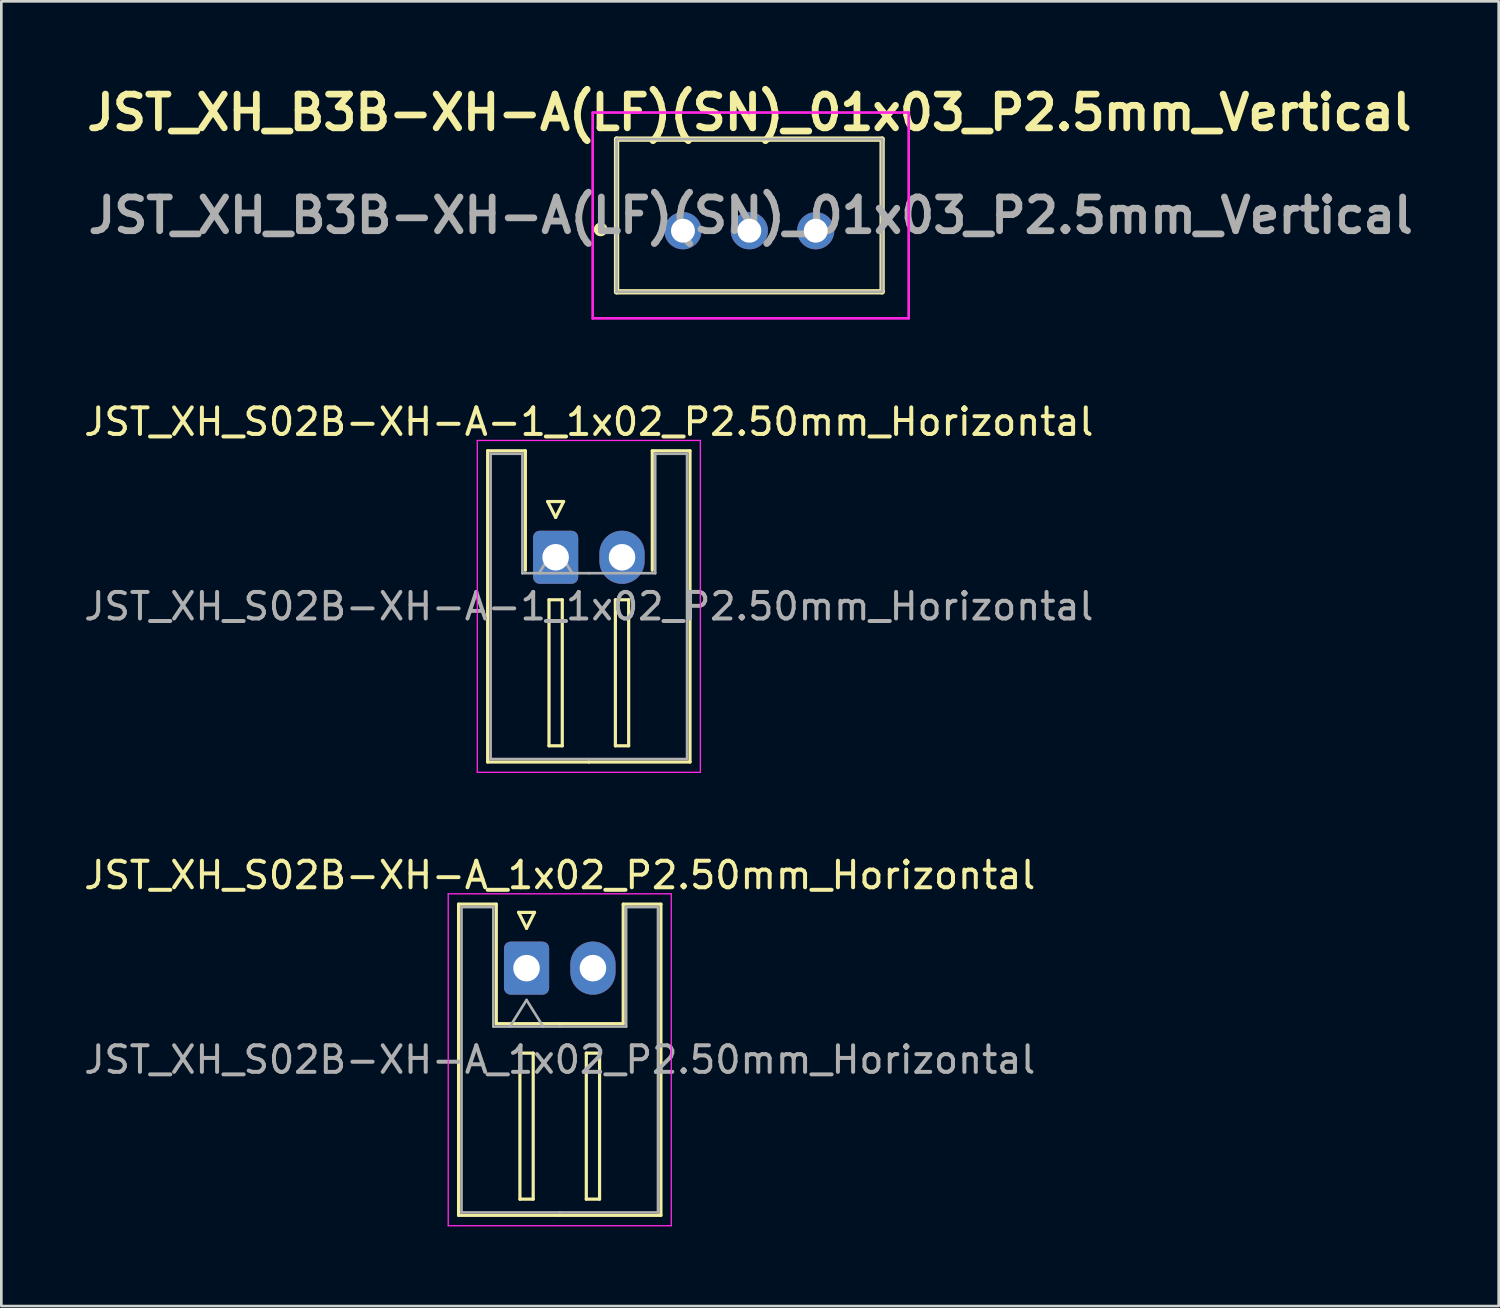
<source format=kicad_pcb>
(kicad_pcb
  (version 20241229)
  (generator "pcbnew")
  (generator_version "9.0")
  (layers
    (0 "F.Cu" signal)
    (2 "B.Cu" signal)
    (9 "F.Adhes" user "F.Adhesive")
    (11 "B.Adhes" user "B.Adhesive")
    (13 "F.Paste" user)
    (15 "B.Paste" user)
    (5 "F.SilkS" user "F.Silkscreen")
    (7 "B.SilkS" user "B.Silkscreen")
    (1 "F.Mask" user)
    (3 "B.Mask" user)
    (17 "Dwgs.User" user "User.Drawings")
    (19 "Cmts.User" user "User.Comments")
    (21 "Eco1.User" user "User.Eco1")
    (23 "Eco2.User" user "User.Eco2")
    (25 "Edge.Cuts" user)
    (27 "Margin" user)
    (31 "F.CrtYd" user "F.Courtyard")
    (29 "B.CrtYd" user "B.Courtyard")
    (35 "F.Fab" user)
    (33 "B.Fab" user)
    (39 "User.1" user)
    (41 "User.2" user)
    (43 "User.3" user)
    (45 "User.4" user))
  (footprint "JST_XH_S02B-XH-A_1x02_P2.50mm_Horizontal"
    (layer "F.Cu")
    (at 16.78 33.41)
    (property "Reference" "JST_XH_S02B-XH-A_1x02_P2.50mm_Horizontal" (at 1.25 -3.5 0) (layer "F.SilkS") (effects (font (size 1 1) (thickness 0.15))))
    (attr through_hole)
    (fp_line (start -2.56 -2.41) (end -1.14 -2.41) (stroke (width 0.12) (type solid)) (layer "F.SilkS"))
    (fp_line (start -2.56 9.31) (end -2.56 -2.41) (stroke (width 0.12) (type solid)) (layer "F.SilkS"))
    (fp_line (start -1.14 -2.41) (end -1.14 2.09) (stroke (width 0.12) (type solid)) (layer "F.SilkS"))
    (fp_line (start -1.14 2.09) (end 1.25 2.09) (stroke (width 0.12) (type solid)) (layer "F.SilkS"))
    (fp_line (start -0.3 -2.1) (end 0.3 -2.1) (stroke (width 0.12) (type solid)) (layer "F.SilkS"))
    (fp_line (start -0.25 3.2) (end -0.25 8.7) (stroke (width 0.12) (type solid)) (layer "F.SilkS"))
    (fp_line (start -0.25 8.7) (end 0.25 8.7) (stroke (width 0.12) (type solid)) (layer "F.SilkS"))
    (fp_line (start 0 -1.5) (end -0.3 -2.1) (stroke (width 0.12) (type solid)) (layer "F.SilkS"))
    (fp_line (start 0.25 3.2) (end -0.25 3.2) (stroke (width 0.12) (type solid)) (layer "F.SilkS"))
    (fp_line (start 0.25 8.7) (end 0.25 3.2) (stroke (width 0.12) (type solid)) (layer "F.SilkS"))
    (fp_line (start 0.3 -2.1) (end 0 -1.5) (stroke (width 0.12) (type solid)) (layer "F.SilkS"))
    (fp_line (start 1.25 9.31) (end -2.56 9.31) (stroke (width 0.12) (type solid)) (layer "F.SilkS"))
    (fp_line (start 1.25 9.31) (end 5.06 9.31) (stroke (width 0.12) (type solid)) (layer "F.SilkS"))
    (fp_line (start 2.25 3.2) (end 2.25 8.7) (stroke (width 0.12) (type solid)) (layer "F.SilkS"))
    (fp_line (start 2.25 8.7) (end 2.75 8.7) (stroke (width 0.12) (type solid)) (layer "F.SilkS"))
    (fp_line (start 2.75 3.2) (end 2.25 3.2) (stroke (width 0.12) (type solid)) (layer "F.SilkS"))
    (fp_line (start 2.75 8.7) (end 2.75 3.2) (stroke (width 0.12) (type solid)) (layer "F.SilkS"))
    (fp_line (start 3.64 -2.41) (end 3.64 2.09) (stroke (width 0.12) (type solid)) (layer "F.SilkS"))
    (fp_line (start 3.64 2.09) (end 1.25 2.09) (stroke (width 0.12) (type solid)) (layer "F.SilkS"))
    (fp_line (start 5.06 -2.41) (end 3.64 -2.41) (stroke (width 0.12) (type solid)) (layer "F.SilkS"))
    (fp_line (start 5.06 9.31) (end 5.06 -2.41) (stroke (width 0.12) (type solid)) (layer "F.SilkS"))
    (fp_line (start -2.95 -2.8) (end -2.95 9.7) (stroke (width 0.05) (type solid)) (layer "F.CrtYd"))
    (fp_line (start -2.95 9.7) (end 5.45 9.7) (stroke (width 0.05) (type solid)) (layer "F.CrtYd"))
    (fp_line (start 5.45 -2.8) (end -2.95 -2.8) (stroke (width 0.05) (type solid)) (layer "F.CrtYd"))
    (fp_line (start 5.45 9.7) (end 5.45 -2.8) (stroke (width 0.05) (type solid)) (layer "F.CrtYd"))
    (fp_line (start -2.45 -2.3) (end -1.25 -2.3) (stroke (width 0.1) (type solid)) (layer "F.Fab"))
    (fp_line (start -2.45 9.2) (end -2.45 -2.3) (stroke (width 0.1) (type solid)) (layer "F.Fab"))
    (fp_line (start -1.25 -2.3) (end -1.25 2.2) (stroke (width 0.1) (type solid)) (layer "F.Fab"))
    (fp_line (start -1.25 2.2) (end 1.25 2.2) (stroke (width 0.1) (type solid)) (layer "F.Fab"))
    (fp_line (start -0.625 2.2) (end 0 1.2) (stroke (width 0.1) (type solid)) (layer "F.Fab"))
    (fp_line (start 0 1.2) (end 0.625 2.2) (stroke (width 0.1) (type solid)) (layer "F.Fab"))
    (fp_line (start 1.25 9.2) (end -2.45 9.2) (stroke (width 0.1) (type solid)) (layer "F.Fab"))
    (fp_line (start 1.25 9.2) (end 4.95 9.2) (stroke (width 0.1) (type solid)) (layer "F.Fab"))
    (fp_line (start 3.75 -2.3) (end 3.75 2.2) (stroke (width 0.1) (type solid)) (layer "F.Fab"))
    (fp_line (start 3.75 2.2) (end 1.25 2.2) (stroke (width 0.1) (type solid)) (layer "F.Fab"))
    (fp_line (start 4.95 -2.3) (end 3.75 -2.3) (stroke (width 0.1) (type solid)) (layer "F.Fab"))
    (fp_line (start 4.95 9.2) (end 4.95 -2.3) (stroke (width 0.1) (type solid)) (layer "F.Fab"))
    (fp_text user "${REFERENCE}" (at 1.25 3.45 0) (layer "F.Fab") (effects (font (size 1 1) (thickness 0.15))))
    (pad "1" thru_hole roundrect (at 0 0) (size 1.7 2) (drill 1) (layers "*.Cu" "*.Mask") (roundrect_rratio 0.147))
    (pad "2" thru_hole oval (at 2.5 0) (size 1.7 2) (drill 1) (layers "*.Cu" "*.Mask")))
  (footprint "JST_XH_B3B-XH-A(LF)(SN)_01x03_P2.5mm_Vertical"
    (layer "F.Cu")
    (at 25.17 5.639)
    (property "Reference" "JST_XH_B3B-XH-A(LF)(SN)_01x03_P2.5mm_Vertical" (at 0 -4.45 0) (layer "F.SilkS") (effects (font (size 1.27 1.27) (thickness 0.254))))
    (attr through_hole)
    (fp_line (start -5.65 -0.05) (end -5.65 -0.05) (stroke (width 0.2) (type solid)) (layer "F.SilkS"))
    (fp_line (start -5.65 -0.05) (end -5.65 -0.05) (stroke (width 0.2) (type solid)) (layer "F.SilkS"))
    (fp_line (start -5.6 -0.05) (end -5.55 -0.05) (stroke (width 0.2) (type solid)) (layer "F.SilkS"))
    (fp_line (start -5 -3.45) (end -5 2.3) (stroke (width 0.2) (type solid)) (layer "F.SilkS"))
    (fp_line (start -5 2.3) (end 5 2.3) (stroke (width 0.2) (type solid)) (layer "F.SilkS"))
    (fp_line (start 5 -3.45) (end -5 -3.45) (stroke (width 0.2) (type solid)) (layer "F.SilkS"))
    (fp_line (start 5 2.3) (end 5 -3.45) (stroke (width 0.2) (type solid)) (layer "F.SilkS"))
    (fp_arc (start -5.758113 -0.05) (mid -5.574673 -0.206071) (end -5.450001 0) (stroke (width 0.2) (type solid)) (layer "F.SilkS"))
    (fp_arc (start -5.55 -0.05) (mid -5.6 0) (end -5.65 -0.05) (stroke (width 0.2) (type solid)) (layer "F.SilkS"))
    (fp_arc (start -5.441887 -0.05) (mid -5.6 0.108113) (end -5.758113 -0.05) (stroke (width 0.2) (type solid)) (layer "F.SilkS"))
    (fp_line (start -5.9 -4.45) (end 6 -4.45) (stroke (width 0.1) (type solid)) (layer "F.CrtYd"))
    (fp_line (start -5.9 3.3) (end -5.9 -4.45) (stroke (width 0.1) (type solid)) (layer "F.CrtYd"))
    (fp_line (start 6 -4.45) (end 6 3.3) (stroke (width 0.1) (type solid)) (layer "F.CrtYd"))
    (fp_line (start 6 3.3) (end -5.9 3.3) (stroke (width 0.1) (type solid)) (layer "F.CrtYd"))
    (fp_line (start -5 -3.45) (end -5 2.3) (stroke (width 0.1) (type solid)) (layer "F.Fab"))
    (fp_line (start -5 2.3) (end 5 2.3) (stroke (width 0.1) (type solid)) (layer "F.Fab"))
    (fp_line (start 5 -3.45) (end -5 -3.45) (stroke (width 0.1) (type solid)) (layer "F.Fab"))
    (fp_line (start 5 2.3) (end 5 -3.45) (stroke (width 0.1) (type solid)) (layer "F.Fab"))
    (fp_text user "${REFERENCE}" (at 0.05 -0.575 0) (layer "F.Fab") (effects (font (size 1.27 1.27) (thickness 0.254))))
    (pad "1" thru_hole circle (at -2.5 0) (size 1.4 1.4) (drill 0.9) (layers "*.Cu" "*.Mask"))
    (pad "2" thru_hole circle (at 0 0) (size 1.4 1.4) (drill 0.9) (layers "*.Cu" "*.Mask"))
    (pad "3" thru_hole circle (at 2.5 0) (size 1.4 1.4) (drill 0.9) (layers "*.Cu" "*.Mask")))
  (footprint "JST_XH_S02B-XH-A-1_1x02_P2.50mm_Horizontal"
    (layer "F.Cu")
    (at 17.875 17.937)
    (property "Reference" "JST_XH_S02B-XH-A-1_1x02_P2.50mm_Horizontal" (at 1.25 -5.1 0) (layer "F.SilkS") (effects (font (size 1 1) (thickness 0.15))))
    (attr through_hole)
    (fp_line (start -2.56 -4.01) (end -1.14 -4.01) (stroke (width 0.12) (type solid)) (layer "F.SilkS"))
    (fp_line (start -2.56 7.71) (end -2.56 -4.01) (stroke (width 0.12) (type solid)) (layer "F.SilkS"))
    (fp_line (start -1.14 -4.01) (end -1.14 0.49) (stroke (width 0.12) (type solid)) (layer "F.SilkS"))
    (fp_line (start -0.3 -2.1) (end 0.3 -2.1) (stroke (width 0.12) (type solid)) (layer "F.SilkS"))
    (fp_line (start -0.25 1.6) (end -0.25 7.1) (stroke (width 0.12) (type solid)) (layer "F.SilkS"))
    (fp_line (start -0.25 7.1) (end 0.25 7.1) (stroke (width 0.12) (type solid)) (layer "F.SilkS"))
    (fp_line (start 0 -1.5) (end -0.3 -2.1) (stroke (width 0.12) (type solid)) (layer "F.SilkS"))
    (fp_line (start 0.25 1.6) (end -0.25 1.6) (stroke (width 0.12) (type solid)) (layer "F.SilkS"))
    (fp_line (start 0.25 7.1) (end 0.25 1.6) (stroke (width 0.12) (type solid)) (layer "F.SilkS"))
    (fp_line (start 0.3 -2.1) (end 0 -1.5) (stroke (width 0.12) (type solid)) (layer "F.SilkS"))
    (fp_line (start 1.25 7.71) (end -2.56 7.71) (stroke (width 0.12) (type solid)) (layer "F.SilkS"))
    (fp_line (start 1.25 7.71) (end 5.06 7.71) (stroke (width 0.12) (type solid)) (layer "F.SilkS"))
    (fp_line (start 2.25 1.6) (end 2.25 7.1) (stroke (width 0.12) (type solid)) (layer "F.SilkS"))
    (fp_line (start 2.25 7.1) (end 2.75 7.1) (stroke (width 0.12) (type solid)) (layer "F.SilkS"))
    (fp_line (start 2.75 1.6) (end 2.25 1.6) (stroke (width 0.12) (type solid)) (layer "F.SilkS"))
    (fp_line (start 2.75 7.1) (end 2.75 1.6) (stroke (width 0.12) (type solid)) (layer "F.SilkS"))
    (fp_line (start 3.64 -4.01) (end 3.64 0.49) (stroke (width 0.12) (type solid)) (layer "F.SilkS"))
    (fp_line (start 5.06 -4.01) (end 3.64 -4.01) (stroke (width 0.12) (type solid)) (layer "F.SilkS"))
    (fp_line (start 5.06 7.71) (end 5.06 -4.01) (stroke (width 0.12) (type solid)) (layer "F.SilkS"))
    (fp_line (start -2.95 -4.4) (end -2.95 8.1) (stroke (width 0.05) (type solid)) (layer "F.CrtYd"))
    (fp_line (start -2.95 8.1) (end 5.45 8.1) (stroke (width 0.05) (type solid)) (layer "F.CrtYd"))
    (fp_line (start 5.45 -4.4) (end -2.95 -4.4) (stroke (width 0.05) (type solid)) (layer "F.CrtYd"))
    (fp_line (start 5.45 8.1) (end 5.45 -4.4) (stroke (width 0.05) (type solid)) (layer "F.CrtYd"))
    (fp_line (start -2.45 -3.9) (end -1.25 -3.9) (stroke (width 0.1) (type solid)) (layer "F.Fab"))
    (fp_line (start -2.45 7.6) (end -2.45 -3.9) (stroke (width 0.1) (type solid)) (layer "F.Fab"))
    (fp_line (start -1.25 -3.9) (end -1.25 0.6) (stroke (width 0.1) (type solid)) (layer "F.Fab"))
    (fp_line (start -1.25 0.6) (end 1.25 0.6) (stroke (width 0.1) (type solid)) (layer "F.Fab"))
    (fp_line (start -0.625 0.6) (end 0 -0.4) (stroke (width 0.1) (type solid)) (layer "F.Fab"))
    (fp_line (start 0 -0.4) (end 0.625 0.6) (stroke (width 0.1) (type solid)) (layer "F.Fab"))
    (fp_line (start 1.25 7.6) (end -2.45 7.6) (stroke (width 0.1) (type solid)) (layer "F.Fab"))
    (fp_line (start 1.25 7.6) (end 4.95 7.6) (stroke (width 0.1) (type solid)) (layer "F.Fab"))
    (fp_line (start 3.75 -3.9) (end 3.75 0.6) (stroke (width 0.1) (type solid)) (layer "F.Fab"))
    (fp_line (start 3.75 0.6) (end 1.25 0.6) (stroke (width 0.1) (type solid)) (layer "F.Fab"))
    (fp_line (start 4.95 -3.9) (end 3.75 -3.9) (stroke (width 0.1) (type solid)) (layer "F.Fab"))
    (fp_line (start 4.95 7.6) (end 4.95 -3.9) (stroke (width 0.1) (type solid)) (layer "F.Fab"))
    (fp_text user "${REFERENCE}" (at 1.25 1.85 0) (layer "F.Fab") (effects (font (size 1 1) (thickness 0.15))))
    (pad "1" thru_hole roundrect (at 0 0) (size 1.7 2) (drill 1) (layers "*.Cu" "*.Mask") (roundrect_rratio 0.147))
    (pad "2" thru_hole oval (at 2.5 0) (size 1.7 2) (drill 1) (layers "*.Cu" "*.Mask")))
  (gr_rect
    (start -3 -3)
    (end 53.39 46.135)
    (stroke (width 0.1) (type default))
    (fill no)
    (layer "Edge.Cuts")))
</source>
